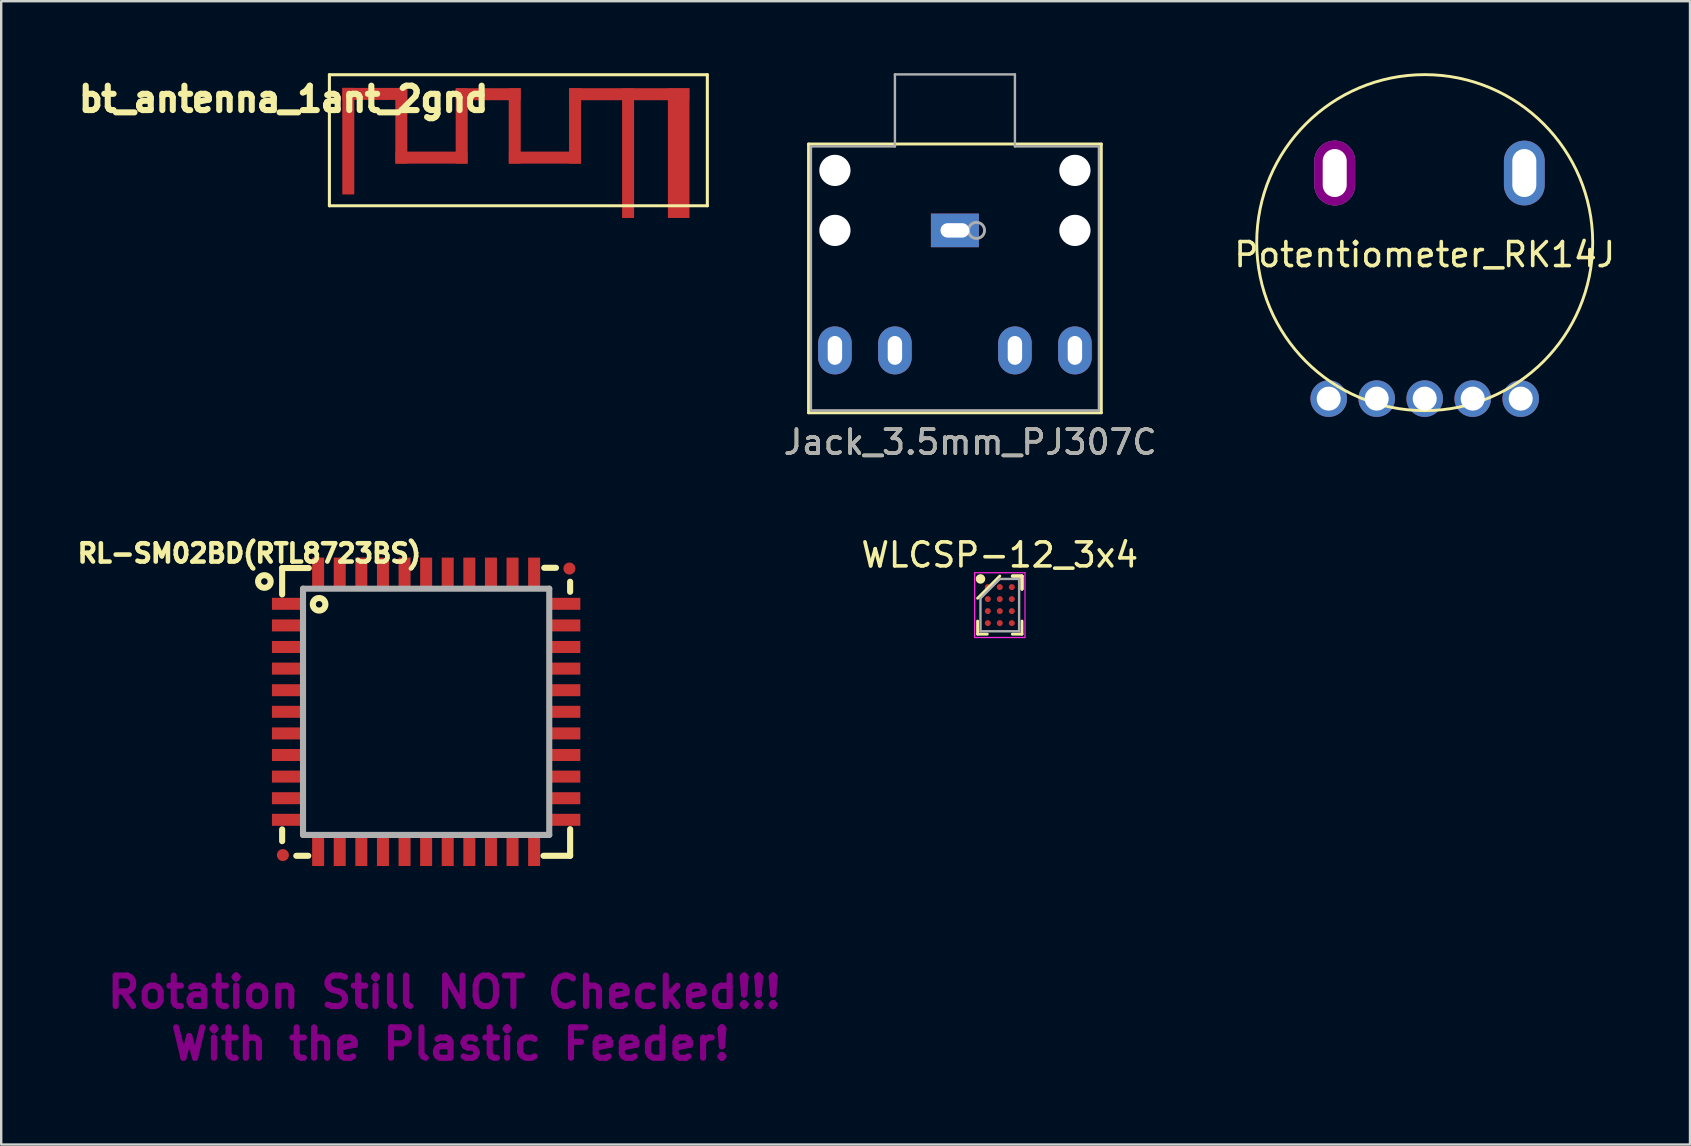
<source format=kicad_pcb>
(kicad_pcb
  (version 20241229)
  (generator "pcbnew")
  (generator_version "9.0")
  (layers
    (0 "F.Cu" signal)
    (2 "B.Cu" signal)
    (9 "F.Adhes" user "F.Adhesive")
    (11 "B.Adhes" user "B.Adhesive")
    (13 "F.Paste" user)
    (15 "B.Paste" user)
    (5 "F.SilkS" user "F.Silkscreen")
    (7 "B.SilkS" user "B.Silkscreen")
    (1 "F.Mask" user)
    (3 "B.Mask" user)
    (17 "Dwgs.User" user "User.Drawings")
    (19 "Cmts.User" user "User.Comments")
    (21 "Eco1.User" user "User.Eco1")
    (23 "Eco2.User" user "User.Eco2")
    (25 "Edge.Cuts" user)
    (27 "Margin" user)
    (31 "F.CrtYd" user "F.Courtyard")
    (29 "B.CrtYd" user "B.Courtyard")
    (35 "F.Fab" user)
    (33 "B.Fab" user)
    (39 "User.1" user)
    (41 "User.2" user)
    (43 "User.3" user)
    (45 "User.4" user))
  (footprint "WLCSP-12_3x4"
    (layer "F.Cu")
    (at 38.609 22.163)
    (property "Reference" "WLCSP-12_3x4" (at 0 -2.09 0) (layer "F.SilkS") (effects (font (size 1 1) (thickness 0.15))))
    (attr smd)
    (fp_line (start -0.925 1.21) (end -0.925 0.665) (stroke (width 0.12) (type solid)) (layer "F.SilkS"))
    (fp_line (start -0.522 1.21) (end -0.925 1.21) (stroke (width 0.12) (type solid)) (layer "F.SilkS"))
    (fp_line (start 0 -1.21) (end -0.925 -0.285) (stroke (width 0.12) (type solid)) (layer "F.SilkS"))
    (fp_line (start 0.522 -1.21) (end 0.925 -1.21) (stroke (width 0.12) (type solid)) (layer "F.SilkS"))
    (fp_line (start 0.522 -1.21) (end 0.925 -1.21) (stroke (width 0.12) (type solid)) (layer "F.SilkS"))
    (fp_line (start 0.522 -1.21) (end 0.925 -1.21) (stroke (width 0.12) (type solid)) (layer "F.SilkS"))
    (fp_line (start 0.522 1.21) (end 0.925 1.21) (stroke (width 0.12) (type solid)) (layer "F.SilkS"))
    (fp_line (start 0.925 -1.21) (end 0.925 -0.665) (stroke (width 0.12) (type solid)) (layer "F.SilkS"))
    (fp_line (start 0.925 -1.21) (end 0.925 -0.665) (stroke (width 0.12) (type solid)) (layer "F.SilkS"))
    (fp_line (start 0.925 -1.21) (end 0.925 -0.665) (stroke (width 0.12) (type solid)) (layer "F.SilkS"))
    (fp_line (start 0.925 1.21) (end 0.925 0.665) (stroke (width 0.12) (type solid)) (layer "F.SilkS"))
    (fp_circle (center -0.805 -1.09) (end -0.805 -0.99) (stroke (width 0.2) (type solid)) (fill no) (layer "F.SilkS"))
    (fp_line (start -1.05 -1.35) (end 1.05 -1.35) (stroke (width 0.05) (type solid)) (layer "F.CrtYd"))
    (fp_line (start -1.05 1.35) (end -1.05 -1.35) (stroke (width 0.05) (type solid)) (layer "F.CrtYd"))
    (fp_line (start 1.05 -1.35) (end 1.05 1.35) (stroke (width 0.05) (type solid)) (layer "F.CrtYd"))
    (fp_line (start 1.05 1.35) (end -1.05 1.35) (stroke (width 0.05) (type solid)) (layer "F.CrtYd"))
    (fp_line (start -0.805 -0.285) (end -0.805 1.09) (stroke (width 0.1) (type solid)) (layer "F.Fab"))
    (fp_line (start -0.805 1.09) (end 0.805 1.09) (stroke (width 0.1) (type solid)) (layer "F.Fab"))
    (fp_line (start 0 -1.09) (end -0.805 -0.285) (stroke (width 0.1) (type solid)) (layer "F.Fab"))
    (fp_line (start 0.805 -1.09) (end 0 -1.09) (stroke (width 0.1) (type solid)) (layer "F.Fab"))
    (fp_line (start 0.805 1.09) (end 0.805 -1.09) (stroke (width 0.1) (type solid)) (layer "F.Fab"))
    (pad "A1" smd circle (at -0.5 -0.75) (size 0.25 0.25) (layers "F.Cu" "F.Mask" "F.Paste"))
    (pad "A2" smd circle (at 0 -0.75) (size 0.25 0.25) (layers "F.Cu" "F.Mask" "F.Paste"))
    (pad "A3" smd circle (at 0.5 -0.75) (size 0.25 0.25) (layers "F.Cu" "F.Mask" "F.Paste"))
    (pad "B1" smd circle (at -0.5 -0.25) (size 0.25 0.25) (layers "F.Cu" "F.Mask" "F.Paste"))
    (pad "B2" smd circle (at 0 -0.25) (size 0.25 0.25) (layers "F.Cu" "F.Mask" "F.Paste"))
    (pad "B3" smd circle (at 0.5 -0.25) (size 0.25 0.25) (layers "F.Cu" "F.Mask" "F.Paste"))
    (pad "C1" smd circle (at -0.5 0.25) (size 0.25 0.25) (layers "F.Cu" "F.Mask" "F.Paste"))
    (pad "C2" smd circle (at 0 0.25) (size 0.25 0.25) (layers "F.Cu" "F.Mask" "F.Paste"))
    (pad "C3" smd circle (at 0.5 0.25) (size 0.25 0.25) (layers "F.Cu" "F.Mask" "F.Paste"))
    (pad "D1" smd circle (at -0.5 0.75) (size 0.25 0.25) (layers "F.Cu" "F.Mask" "F.Paste"))
    (pad "D2" smd circle (at 0 0.75) (size 0.25 0.25) (layers "F.Cu" "F.Mask" "F.Paste"))
    (pad "D3" smd circle (at 0.5 0.75) (size 0.25 0.25) (layers "F.Cu" "F.Mask" "F.Paste")))
  (footprint "RL-SM02BD(RTL8723BS)"
    (layer "F.Cu")
    (at 14.706 26.609)
    (property "Reference" "RL-SM02BD(RTL8723BS)" (at -7.366 -6.604 180) (layer "F.SilkS") (effects (font (size 0.762 0.762) (thickness 0.191))))
    (attr smd)
    (fp_line (start -6 -5.99) (end -6 -4.89) (stroke (width 0.254) (type solid)) (layer "F.SilkS"))
    (fp_line (start -6 -5.99) (end -4.89 -5.99) (stroke (width 0.254) (type solid)) (layer "F.SilkS"))
    (fp_line (start -6 4.9) (end -6 5.39) (stroke (width 0.254) (type solid)) (layer "F.SilkS"))
    (fp_line (start -5.41 6) (end -4.91 6) (stroke (width 0.254) (type solid)) (layer "F.SilkS"))
    (fp_line (start 4.92 -6) (end 5.41 -6) (stroke (width 0.254) (type solid)) (layer "F.SilkS"))
    (fp_line (start 6 -5) (end 6 -5.42) (stroke (width 0.254) (type solid)) (layer "F.SilkS"))
    (fp_line (start 6 6) (end 4.89 6) (stroke (width 0.254) (type solid)) (layer "F.SilkS"))
    (fp_line (start 6 6) (end 6 4.89) (stroke (width 0.254) (type solid)) (layer "F.SilkS"))
    (fp_circle (center -6.74 -5.43) (end -6.49 -5.51) (stroke (width 0.254) (type solid)) (fill no) (layer "F.SilkS"))
    (fp_circle (center -4.46 -4.48) (end -4.21 -4.56) (stroke (width 0.254) (type solid)) (fill no) (layer "F.SilkS"))
    (fp_line (start -5.13 -5.13) (end 5.13 -5.13) (stroke (width 0.254) (type solid)) (layer "F.Fab"))
    (fp_line (start -5.13 5.13) (end -5.13 -5.13) (stroke (width 0.254) (type solid)) (layer "F.Fab"))
    (fp_line (start 5.13 -5.13) (end 5.13 5.13) (stroke (width 0.254) (type solid)) (layer "F.Fab"))
    (fp_line (start 5.13 5.13) (end -5.13 5.13) (stroke (width 0.254) (type solid)) (layer "F.Fab"))
    (fp_text user "With the Plastic Feeder!" (at 1.016 13.843 0) (layer "F.Adhes") (effects (font (size 1.27 1.27) (thickness 0.254))))
    (fp_text user "Rotation Still NOT Checked!!!" (at 0.762 11.684 0) (layer "F.Adhes") (effects (font (size 1.27 1.27) (thickness 0.254))))
    (pad "1" smd rect (at -5.775 -4.5) (size 1.3 0.5) (layers "F.Cu" "F.Mask" "F.Paste"))
    (pad "2" smd rect (at -5.775 -3.6) (size 1.3 0.5) (layers "F.Cu" "F.Mask" "F.Paste"))
    (pad "3" smd rect (at -5.775 -2.7) (size 1.3 0.5) (layers "F.Cu" "F.Mask" "F.Paste"))
    (pad "4" smd rect (at -5.775 -1.8) (size 1.3 0.5) (layers "F.Cu" "F.Mask" "F.Paste"))
    (pad "5" smd rect (at -5.775 -0.9) (size 1.3 0.5) (layers "F.Cu" "F.Mask" "F.Paste"))
    (pad "6" smd rect (at -5.775 0) (size 1.3 0.5) (layers "F.Cu" "F.Mask" "F.Paste"))
    (pad "7" smd rect (at -5.775 0.9) (size 1.3 0.5) (layers "F.Cu" "F.Mask" "F.Paste"))
    (pad "8" smd rect (at -5.775 1.8) (size 1.3 0.5) (layers "F.Cu" "F.Mask" "F.Paste"))
    (pad "9" smd rect (at -5.775 2.7) (size 1.3 0.5) (layers "F.Cu" "F.Mask" "F.Paste"))
    (pad "10" smd rect (at -5.775 3.6) (size 1.3 0.5) (layers "F.Cu" "F.Mask" "F.Paste"))
    (pad "11" smd rect (at -5.775 4.5) (size 1.3 0.5) (layers "F.Cu" "F.Mask" "F.Paste"))
    (pad "12" smd rect (at -4.5 5.775 90) (size 1.3 0.5) (layers "F.Cu" "F.Mask" "F.Paste"))
    (pad "13" smd rect (at -3.6 5.775 90) (size 1.3 0.5) (layers "F.Cu" "F.Mask" "F.Paste"))
    (pad "14" smd rect (at -2.7 5.775 90) (size 1.3 0.5) (layers "F.Cu" "F.Mask" "F.Paste"))
    (pad "15" smd rect (at -1.8 5.775 90) (size 1.3 0.5) (layers "F.Cu" "F.Mask" "F.Paste"))
    (pad "16" smd rect (at -0.9 5.775 90) (size 1.3 0.5) (layers "F.Cu" "F.Mask" "F.Paste"))
    (pad "17" smd rect (at 0 5.775 90) (size 1.3 0.5) (layers "F.Cu" "F.Mask" "F.Paste"))
    (pad "18" smd rect (at 0.9 5.775 90) (size 1.3 0.5) (layers "F.Cu" "F.Mask" "F.Paste"))
    (pad "19" smd rect (at 1.8 5.775 90) (size 1.3 0.5) (layers "F.Cu" "F.Mask" "F.Paste"))
    (pad "20" smd rect (at 2.7 5.775 90) (size 1.3 0.5) (layers "F.Cu" "F.Mask" "F.Paste"))
    (pad "21" smd rect (at 3.6 5.775 90) (size 1.3 0.5) (layers "F.Cu" "F.Mask" "F.Paste"))
    (pad "22" smd rect (at 4.5 5.775 90) (size 1.3 0.5) (layers "F.Cu" "F.Mask" "F.Paste"))
    (pad "23" smd rect (at 5.775 4.5 180) (size 1.3 0.5) (layers "F.Cu" "F.Mask" "F.Paste"))
    (pad "24" smd rect (at 5.775 3.6 180) (size 1.3 0.5) (layers "F.Cu" "F.Mask" "F.Paste"))
    (pad "25" smd rect (at 5.775 2.7 180) (size 1.3 0.5) (layers "F.Cu" "F.Mask" "F.Paste"))
    (pad "26" smd rect (at 5.775 1.8 180) (size 1.3 0.5) (layers "F.Cu" "F.Mask" "F.Paste"))
    (pad "27" smd rect (at 5.775 0.9 180) (size 1.3 0.5) (layers "F.Cu" "F.Mask" "F.Paste"))
    (pad "28" smd rect (at 5.775 0 180) (size 1.3 0.5) (layers "F.Cu" "F.Mask" "F.Paste"))
    (pad "29" smd rect (at 5.775 -0.9 180) (size 1.3 0.5) (layers "F.Cu" "F.Mask" "F.Paste"))
    (pad "30" smd rect (at 5.775 -1.8 180) (size 1.3 0.5) (layers "F.Cu" "F.Mask" "F.Paste"))
    (pad "31" smd rect (at 5.775 -2.7 180) (size 1.3 0.5) (layers "F.Cu" "F.Mask" "F.Paste"))
    (pad "32" smd rect (at 5.775 -3.6 180) (size 1.3 0.5) (layers "F.Cu" "F.Mask" "F.Paste"))
    (pad "33" smd rect (at 5.775 -4.5 180) (size 1.3 0.5) (layers "F.Cu" "F.Mask" "F.Paste"))
    (pad "34" smd rect (at 4.5 -5.775 270) (size 1.3 0.5) (layers "F.Cu" "F.Mask" "F.Paste"))
    (pad "35" smd rect (at 3.6 -5.775 270) (size 1.3 0.5) (layers "F.Cu" "F.Mask" "F.Paste"))
    (pad "36" smd rect (at 2.7 -5.775 270) (size 1.3 0.5) (layers "F.Cu" "F.Mask" "F.Paste"))
    (pad "37" smd rect (at 1.8 -5.775 270) (size 1.3 0.5) (layers "F.Cu" "F.Mask" "F.Paste"))
    (pad "38" smd rect (at 0.9 -5.775 270) (size 1.3 0.5) (layers "F.Cu" "F.Mask" "F.Paste"))
    (pad "39" smd rect (at 0 -5.775 270) (size 1.3 0.5) (layers "F.Cu" "F.Mask" "F.Paste"))
    (pad "40" smd rect (at -0.9 -5.775 270) (size 1.3 0.5) (layers "F.Cu" "F.Mask" "F.Paste"))
    (pad "41" smd rect (at -1.8 -5.775 270) (size 1.3 0.5) (layers "F.Cu" "F.Mask" "F.Paste"))
    (pad "42" smd rect (at -2.7 -5.775 270) (size 1.3 0.5) (layers "F.Cu" "F.Mask" "F.Paste"))
    (pad "43" smd rect (at -3.6 -5.775 270) (size 1.3 0.5) (layers "F.Cu" "F.Mask" "F.Paste"))
    (pad "44" smd rect (at -4.5 -5.775 270) (size 1.3 0.5) (layers "F.Cu" "F.Mask" "F.Paste"))
    (pad "FID1" smd circle (at -5.969 5.969 270) (size 0.5 0.5) (layers "F.Cu" "F.Mask"))
    (pad "FID2" smd circle (at 5.969 -5.969 270) (size 0.5 0.5) (layers "F.Cu" "F.Mask")))
  (footprint "Potentiometer_RK14J"
    (layer "F.Cu")
    (at 56.314 7.06)
    (property "Reference" "Potentiometer_RK14J" (at 0 0.5 0) (layer "F.SilkS") (effects (font (size 1 1) (thickness 0.15))))
    (attr through_hole)
    (fp_circle (center 0 0) (end 7 0) (stroke (width 0.12) (type solid)) (fill no) (layer "F.SilkS"))
    (pad "1" thru_hole circle (at -4 6.5) (size 1.524 1.524) (drill 1) (layers "*.Cu" "*.Mask"))
    (pad "2" thru_hole circle (at 2 6.5) (size 1.524 1.524) (drill 1) (layers "*.Cu" "*.Mask"))
    (pad "3" thru_hole circle (at -2 6.5) (size 1.524 1.524) (drill 1) (layers "*.Cu" "*.Mask"))
    (pad "4" thru_hole circle (at 0 6.5) (size 1.524 1.524) (drill 1) (layers "*.Cu" "*.Mask"))
    (pad "5" thru_hole circle (at 4 6.5) (size 1.524 1.524) (drill 1) (layers "*.Cu" "*.Mask"))
    (pad "6" thru_hole oval (at -3.75 -2.9) (size 1.7 2.7) (drill oval 1 2) (layers "*.Cu" "*.Mask" "F.Adhes"))
    (pad "7" thru_hole oval (at 4.15 -2.9) (size 1.7 2.7) (drill oval 1 2) (layers "*.Cu" "*.Mask")))
  (footprint "Jack_3.5mm_PJ307C"
    (layer "F.Cu")
    (at 36.739 6.55)
    (property "Reference" "Jack_3.5mm_PJ307C" (at 0.635 8.826 0) (layer "F.SilkS") (effects (font (size 1 1) (thickness 0.15))))
    (attr through_hole)
    (fp_line (start -6.1 -3.6) (end -6.1 7.6) (stroke (width 0.12) (type solid)) (layer "F.SilkS"))
    (fp_line (start -6.1 -3.6) (end 6.1 -3.6) (stroke (width 0.12) (type solid)) (layer "F.SilkS"))
    (fp_line (start -6.1 7.6) (end 6.1 7.6) (stroke (width 0.12) (type solid)) (layer "F.SilkS"))
    (fp_line (start 6.1 -3.6) (end 6.1 7.6) (stroke (width 0.12) (type solid)) (layer "F.SilkS"))
    (fp_line (start -6 -3.5) (end -6 7.5) (stroke (width 0.1) (type solid)) (layer "F.Fab"))
    (fp_line (start -6 7.5) (end 6 7.5) (stroke (width 0.1) (type solid)) (layer "F.Fab"))
    (fp_line (start -2.5 -6.5) (end -2.5 -3.5) (stroke (width 0.1) (type solid)) (layer "F.Fab"))
    (fp_line (start -2.5 -6.5) (end 2.5 -6.5) (stroke (width 0.1) (type solid)) (layer "F.Fab"))
    (fp_line (start -2.5 -3.5) (end -6 -3.5) (stroke (width 0.1) (type solid)) (layer "F.Fab"))
    (fp_line (start 2.5 -6.5) (end 2.5 -3.5) (stroke (width 0.1) (type solid)) (layer "F.Fab"))
    (fp_line (start 2.5 -3.5) (end 6 -3.5) (stroke (width 0.1) (type solid)) (layer "F.Fab"))
    (fp_line (start 6 -3.5) (end 6 7.5) (stroke (width 0.1) (type solid)) (layer "F.Fab"))
    (fp_circle (center 0.9 0) (end 1.2 0.15) (stroke (width 0.12) (type solid)) (fill no) (layer "F.Fab"))
    (fp_text user "${REFERENCE}" (at 0.635 8.826 0) (layer "F.Fab") (effects (font (size 1 1) (thickness 0.15))))
    (pad "" np_thru_hole circle (at -5 -2.5 270) (size 1.3 1.3) (drill 1.3) (layers "*.Cu" "*.Mask"))
    (pad "" np_thru_hole circle (at -5 0 270) (size 1.3 1.3) (drill 1.3) (layers "*.Cu" "*.Mask"))
    (pad "" np_thru_hole circle (at 5 -2.5 270) (size 1.3 1.3) (drill 1.3) (layers "*.Cu" "*.Mask"))
    (pad "" np_thru_hole circle (at 5 0 270) (size 1.3 1.3) (drill 1.3) (layers "*.Cu" "*.Mask"))
    (pad "R" thru_hole oval (at 5 5 270) (size 2 1.4) (drill oval 1.2 0.6) (layers "*.Cu" "*.Mask"))
    (pad "RN" thru_hole oval (at 2.5 5 270) (size 2 1.4) (drill oval 1.2 0.6) (layers "*.Cu" "*.Mask"))
    (pad "S" thru_hole rect (at 0 0) (size 2 1.4) (drill oval 1.2 0.6) (layers "*.Cu" "*.Mask"))
    (pad "T" thru_hole oval (at -5 5 270) (size 2 1.4) (drill oval 1.2 0.6) (layers "*.Cu" "*.Mask"))
    (pad "TN" thru_hole oval (at -2.5 5 270) (size 2 1.4) (drill oval 1.2 0.6) (layers "*.Cu" "*.Mask")))
  (footprint "bt_antenna_1ant_2gnd"
    (layer "F.Cu")
    (at 25.661 5.524)
    (property "Reference" "bt_antenna_1ant_2gnd" (at -16.891 -4.445 0) (layer "F.SilkS") (effects (font (size 1.016 1.016) (thickness 0.254))))
    (attr through_hole)
    (fp_line (start -14.986 -5.461) (end 0.762 -5.461) (stroke (width 0.127) (type solid)) (layer "F.SilkS"))
    (fp_line (start -14.986 0) (end -14.986 -5.461) (stroke (width 0.127) (type solid)) (layer "F.SilkS"))
    (fp_line (start 0.762 -5.461) (end 0.762 0) (stroke (width 0.127) (type solid)) (layer "F.SilkS"))
    (fp_line (start 0.762 0) (end -14.986 0) (stroke (width 0.127) (type solid)) (layer "F.SilkS"))
    (pad "0" smd rect (at -14.199 -2.692) (size 0.5 4.44) (layers "F.Cu"))
    (pad "0" smd rect (at -13.094 -4.661 90) (size 0.5 2.7) (layers "F.Cu"))
    (pad "0" smd rect (at -11.989 -3.327) (size 0.5 3.14) (layers "F.Cu"))
    (pad "0" smd rect (at -10.732 -2.007 90) (size 0.5 3) (layers "F.Cu"))
    (pad "0" smd rect (at -9.474 -3.327) (size 0.5 3.14) (layers "F.Cu"))
    (pad "0" smd rect (at -8.369 -4.648 90) (size 0.5 2.7) (layers "F.Cu"))
    (pad "0" smd rect (at -7.264 -3.327) (size 0.5 3.14) (layers "F.Cu"))
    (pad "0" smd rect (at -6.007 -2.007 90) (size 0.5 3) (layers "F.Cu"))
    (pad "0" smd rect (at -4.75 -3.327) (size 0.5 3.14) (layers "F.Cu"))
    (pad "0" smd rect (at -2.489 -4.648 90) (size 0.5 5) (layers "F.Cu"))
    (pad "1" smd rect (at -2.54 -2.192) (size 0.5 5.4) (layers "F.Cu"))
    (pad "2" smd rect (at -0.432 -2.192) (size 0.9 5.4) (layers "F.Cu")))
  (gr_rect
    (start -3 -3)
    (end 67.368 44.641)
    (stroke (width 0.1) (type default))
    (fill no)
    (layer "Edge.Cuts")))
</source>
